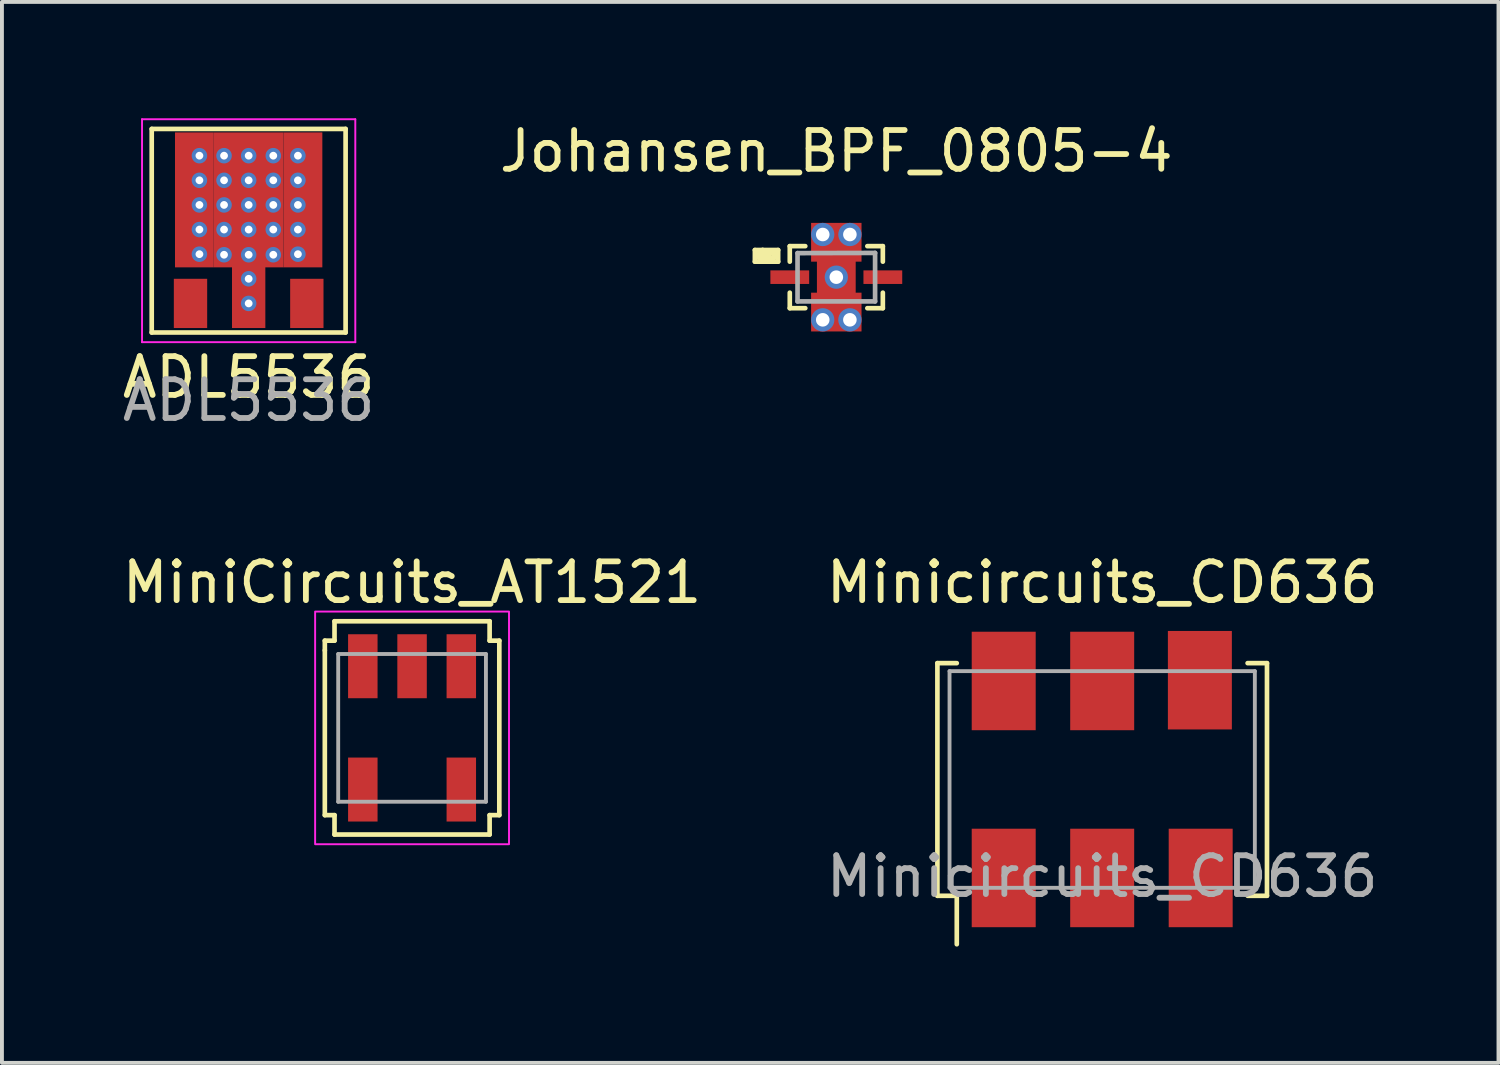
<source format=kicad_pcb>
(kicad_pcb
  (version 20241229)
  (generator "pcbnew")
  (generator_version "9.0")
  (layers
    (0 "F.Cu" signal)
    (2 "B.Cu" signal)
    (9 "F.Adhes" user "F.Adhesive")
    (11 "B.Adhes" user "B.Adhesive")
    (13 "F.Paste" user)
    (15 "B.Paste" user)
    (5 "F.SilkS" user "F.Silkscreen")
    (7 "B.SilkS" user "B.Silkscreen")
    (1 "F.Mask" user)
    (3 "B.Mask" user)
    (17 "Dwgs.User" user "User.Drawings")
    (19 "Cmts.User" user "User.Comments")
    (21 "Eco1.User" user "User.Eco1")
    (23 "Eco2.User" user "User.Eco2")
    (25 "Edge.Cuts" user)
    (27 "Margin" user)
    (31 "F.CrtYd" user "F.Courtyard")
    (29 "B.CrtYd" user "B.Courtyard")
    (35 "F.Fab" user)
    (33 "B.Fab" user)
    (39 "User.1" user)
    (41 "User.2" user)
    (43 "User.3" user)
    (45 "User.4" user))
  (footprint "MiniCircuits_AT1521"
    (layer "F.Cu")
    (at 7.577 15.722)
    (property "Reference" "MiniCircuits_AT1521" (at 0 -3.75 0) (unlocked yes) (layer "F.SilkS") (effects (font (size 1 1) (thickness 0.15))))
    (attr smd)
    (fp_line (start -2.25 -2.25) (end -2 -2.25) (stroke (width 0.12) (type default)) (layer "F.SilkS"))
    (fp_line (start -2.25 -2) (end -2.25 -2.25) (stroke (width 0.12) (type default)) (layer "F.SilkS"))
    (fp_line (start -2.25 2.25) (end -2.25 -2) (stroke (width 0.12) (type default)) (layer "F.SilkS"))
    (fp_line (start -2 -2.75) (end 2 -2.75) (stroke (width 0.12) (type default)) (layer "F.SilkS"))
    (fp_line (start -2 -2.25) (end -2 -2.75) (stroke (width 0.12) (type default)) (layer "F.SilkS"))
    (fp_line (start -2 2.25) (end -2.25 2.25) (stroke (width 0.12) (type default)) (layer "F.SilkS"))
    (fp_line (start -2 2.75) (end -2 2.25) (stroke (width 0.12) (type default)) (layer "F.SilkS"))
    (fp_line (start 2 -2.75) (end 2 -2.25) (stroke (width 0.12) (type default)) (layer "F.SilkS"))
    (fp_line (start 2 -2.25) (end 2.25 -2.25) (stroke (width 0.12) (type default)) (layer "F.SilkS"))
    (fp_line (start 2 2.25) (end 2 2.75) (stroke (width 0.12) (type default)) (layer "F.SilkS"))
    (fp_line (start 2 2.75) (end -2 2.75) (stroke (width 0.12) (type default)) (layer "F.SilkS"))
    (fp_line (start 2.25 -2.25) (end 2.25 2.25) (stroke (width 0.12) (type default)) (layer "F.SilkS"))
    (fp_line (start 2.25 2.25) (end 2 2.25) (stroke (width 0.12) (type default)) (layer "F.SilkS"))
    (fp_rect (start -2.5 -3) (end 2.5 3) (stroke (width 0.05) (type default)) (fill no) (layer "F.CrtYd"))
    (fp_line (start -1.905 -1.905) (end 1.905 -1.905) (stroke (width 0.1) (type default)) (layer "F.Fab"))
    (fp_line (start -1.905 1.905) (end -1.905 -1.905) (stroke (width 0.1) (type default)) (layer "F.Fab"))
    (fp_line (start 1.905 -1.905) (end 1.905 1.905) (stroke (width 0.1) (type default)) (layer "F.Fab"))
    (fp_line (start 1.905 1.905) (end -1.905 1.905) (stroke (width 0.1) (type default)) (layer "F.Fab"))
    (pad "1" smd rect (at -1.27 -1.59) (size 0.76 1.65) (layers "F.Cu" "F.Mask" "F.Paste"))
    (pad "2" smd rect (at 0 -1.59) (size 0.76 1.65) (layers "F.Cu" "F.Mask" "F.Paste"))
    (pad "3" smd rect (at 1.27 -1.59) (size 0.76 1.65) (layers "F.Cu" "F.Mask" "F.Paste"))
    (pad "4" smd rect (at 1.27 1.59) (size 0.76 1.65) (layers "F.Cu" "F.Mask" "F.Paste"))
    (pad "6" smd rect (at -1.27 1.59) (size 0.76 1.65) (layers "F.Cu" "F.Mask" "F.Paste")))
  (footprint "Johansen_BPF_0805-4"
    (layer "F.Cu")
    (at 18.518 4.098)
    (property "Reference" "Johansen_BPF_0805-4" (at 0 -3.25 0) (layer "F.SilkS") (effects (font (size 1 1) (thickness 0.15))))
    (attr through_hole)
    (fp_line (start -2.1 -0.7) (end -1.9 -0.7) (stroke (width 0.12) (type solid)) (layer "F.SilkS"))
    (fp_line (start -2.1 -0.4) (end -2.1 -0.7) (stroke (width 0.12) (type solid)) (layer "F.SilkS"))
    (fp_line (start -2 -0.6) (end -1.7 -0.6) (stroke (width 0.12) (type solid)) (layer "F.SilkS"))
    (fp_line (start -2 -0.5) (end -2 -0.6) (stroke (width 0.12) (type solid)) (layer "F.SilkS"))
    (fp_line (start -1.9 -0.7) (end -1.6 -0.6) (stroke (width 0.12) (type solid)) (layer "F.SilkS"))
    (fp_line (start -1.9 -0.7) (end -1.5 -0.7) (stroke (width 0.12) (type solid)) (layer "F.SilkS"))
    (fp_line (start -1.6 -0.6) (end -1.6 -0.5) (stroke (width 0.12) (type solid)) (layer "F.SilkS"))
    (fp_line (start -1.6 -0.5) (end -2 -0.5) (stroke (width 0.12) (type solid)) (layer "F.SilkS"))
    (fp_line (start -1.5 -0.7) (end -1.5 -0.4) (stroke (width 0.12) (type solid)) (layer "F.SilkS"))
    (fp_line (start -1.5 -0.4) (end -2.1 -0.4) (stroke (width 0.12) (type solid)) (layer "F.SilkS"))
    (fp_line (start -1.2 -0.8) (end -0.8 -0.8) (stroke (width 0.12) (type solid)) (layer "F.SilkS"))
    (fp_line (start -1.2 -0.4) (end -1.2 -0.8) (stroke (width 0.12) (type solid)) (layer "F.SilkS"))
    (fp_line (start -1.2 0.4) (end -1.2 0.8) (stroke (width 0.12) (type solid)) (layer "F.SilkS"))
    (fp_line (start -1.2 0.8) (end -0.8 0.8) (stroke (width 0.12) (type solid)) (layer "F.SilkS"))
    (fp_line (start 0.8 -0.8) (end 1.2 -0.8) (stroke (width 0.12) (type solid)) (layer "F.SilkS"))
    (fp_line (start 0.8 0.8) (end 1.2 0.8) (stroke (width 0.12) (type solid)) (layer "F.SilkS"))
    (fp_line (start 1.2 -0.8) (end 1.2 -0.4) (stroke (width 0.12) (type solid)) (layer "F.SilkS"))
    (fp_line (start 1.2 0.8) (end 1.2 0.4) (stroke (width 0.12) (type solid)) (layer "F.SilkS"))
    (fp_line (start -1 -0.62) (end -1 0.625) (stroke (width 0.12) (type solid)) (layer "F.Fab"))
    (fp_line (start -1 -0.62) (end 1 -0.625) (stroke (width 0.12) (type solid)) (layer "F.Fab"))
    (fp_line (start -1 0.625) (end 1 0.625) (stroke (width 0.12) (type solid)) (layer "F.Fab"))
    (fp_line (start 1 0.625) (end 1 -0.625) (stroke (width 0.12) (type solid)) (layer "F.Fab"))
    (pad "1" thru_hole circle (at -0.35 -1.1) (size 0.6 0.6) (drill 0.35) (layers "*.Cu" "F.Mask"))
    (pad "1" thru_hole circle (at -0.35 1.1) (size 0.6 0.6) (drill 0.35) (layers "*.Cu" "F.Mask"))
    (pad "1" smd rect (at 0 -0.9) (size 1.3 1) (layers "F.Cu" "F.Mask" "F.Paste"))
    (pad "1" thru_hole circle (at 0 0) (size 0.6 0.6) (drill 0.35) (layers "*.Cu"))
    (pad "1" smd rect (at 0 0) (size 1 1) (layers "F.Cu"))
    (pad "1" smd rect (at 0 0.9) (size 1.3 1) (layers "F.Cu" "F.Mask" "F.Paste"))
    (pad "1" thru_hole circle (at 0.35 -1.1) (size 0.6 0.6) (drill 0.35) (layers "*.Cu" "F.Mask"))
    (pad "1" thru_hole circle (at 0.35 1.1) (size 0.6 0.6) (drill 0.35) (layers "*.Cu" "F.Mask"))
    (pad "2" smd rect (at 1.2 0) (size 1 0.35) (layers "F.Cu" "F.Mask" "F.Paste"))
    (pad "4" smd rect (at -1.2 0) (size 1 0.35) (layers "F.Cu" "F.Mask" "F.Paste")))
  (footprint "Minicircuits_CD636"
    (layer "F.Cu")
    (at 25.375 17.052)
    (property "Reference" "Minicircuits_CD636" (at 0 -5.08 0) (unlocked yes) (layer "F.SilkS") (effects (font (size 1 1) (thickness 0.15))))
    (attr smd)
    (fp_line (start -4.25 -3) (end -4.25 3) (stroke (width 0.12) (type solid)) (layer "F.SilkS"))
    (fp_line (start -4.25 3) (end -3.75 3) (stroke (width 0.12) (type solid)) (layer "F.SilkS"))
    (fp_line (start -3.75 -3) (end -4.25 -3) (stroke (width 0.12) (type solid)) (layer "F.SilkS"))
    (fp_line (start -3.75 3) (end -3.75 4.25) (stroke (width 0.12) (type solid)) (layer "F.SilkS"))
    (fp_line (start 3.75 -3) (end 4.25 -3) (stroke (width 0.12) (type solid)) (layer "F.SilkS"))
    (fp_line (start 4.25 -3) (end 4.25 3) (stroke (width 0.12) (type solid)) (layer "F.SilkS"))
    (fp_line (start 4.25 3) (end 3.75 3) (stroke (width 0.12) (type solid)) (layer "F.SilkS"))
    (fp_line (start -3.937 -2.794) (end 3.937 -2.794) (stroke (width 0.1) (type solid)) (layer "F.Fab"))
    (fp_line (start -3.937 2.794) (end -3.937 -2.794) (stroke (width 0.1) (type solid)) (layer "F.Fab"))
    (fp_line (start 3.937 -2.794) (end 3.937 2.794) (stroke (width 0.1) (type solid)) (layer "F.Fab"))
    (fp_line (start 3.937 2.794) (end -3.937 2.794) (stroke (width 0.1) (type solid)) (layer "F.Fab"))
    (fp_text user "${REFERENCE}" (at 0 2.5 0) (unlocked yes) (layer "F.Fab") (effects (font (size 1 1) (thickness 0.15))))
    (pad "1" smd rect (at -2.54 2.54) (size 1.65 2.54) (layers "F.Cu" "F.Mask" "F.Paste"))
    (pad "2" smd rect (at 0 2.54) (size 1.65 2.54) (layers "F.Cu" "F.Mask" "F.Paste"))
    (pad "3" smd rect (at 2.54 2.54) (size 1.65 2.54) (layers "F.Cu" "F.Mask" "F.Paste"))
    (pad "4" smd rect (at 2.519 -2.56) (size 1.65 2.54) (layers "F.Cu" "F.Mask" "F.Paste"))
    (pad "5" smd rect (at 0 -2.54) (size 1.65 2.54) (layers "F.Cu" "F.Mask" "F.Paste"))
    (pad "6" smd rect (at -2.54 -2.54) (size 1.65 2.54) (layers "F.Cu" "F.Mask" "F.Paste")))
  (footprint "ADL5536"
    (layer "F.Cu")
    (at 3.363 4.775)
    (property "Reference" "ADL5536" (at 0 1.905 0) (unlocked yes) (layer "F.SilkS") (effects (font (size 1 1) (thickness 0.15))))
    (attr smd)
    (fp_line (start -2.5 -4.5) (end 2.5 -4.5) (stroke (width 0.12) (type solid)) (layer "F.SilkS"))
    (fp_line (start -2.5 0.75) (end -2.5 -4.5) (stroke (width 0.12) (type solid)) (layer "F.SilkS"))
    (fp_line (start 2.5 -4.5) (end 2.5 0.75) (stroke (width 0.12) (type solid)) (layer "F.SilkS"))
    (fp_line (start 2.5 0.75) (end -2.5 0.75) (stroke (width 0.12) (type solid)) (layer "F.SilkS"))
    (fp_line (start -2.75 -4.75) (end 2.75 -4.75) (stroke (width 0.05) (type solid)) (layer "F.CrtYd"))
    (fp_line (start -2.75 1) (end -2.75 -4.75) (stroke (width 0.05) (type solid)) (layer "F.CrtYd"))
    (fp_line (start 2.75 -4.75) (end 2.75 1) (stroke (width 0.05) (type solid)) (layer "F.CrtYd"))
    (fp_line (start 2.75 1) (end -2.75 1) (stroke (width 0.05) (type solid)) (layer "F.CrtYd"))
    (fp_text user "${REFERENCE}" (at 0 2.5 0) (unlocked yes) (layer "F.Fab") (effects (font (size 1 1) (thickness 0.15))))
    (pad "1" smd rect (at -1.5 0) (size 0.86 1.27) (layers "F.Cu" "F.Mask" "F.Paste"))
    (pad "2" smd rect (at -1.4 -2.67) (size 1 3.48) (layers "F.Cu"))
    (pad "2" thru_hole circle (at -1.27 -3.81) (size 0.4 0.4) (drill 0.2) (layers "*.Cu"))
    (pad "2" thru_hole circle (at -1.27 -3.175) (size 0.4 0.4) (drill 0.2) (layers "*.Cu"))
    (pad "2" thru_hole circle (at -1.27 -2.54) (size 0.4 0.4) (drill 0.2) (layers "*.Cu"))
    (pad "2" thru_hole circle (at -1.27 -1.905) (size 0.4 0.4) (drill 0.2) (layers "*.Cu"))
    (pad "2" thru_hole circle (at -1.27 -1.27) (size 0.4 0.4) (drill 0.2) (layers "*.Cu"))
    (pad "2" thru_hole circle (at -0.635 -3.81) (size 0.4 0.4) (drill 0.2) (layers "*.Cu" "F.Mask"))
    (pad "2" thru_hole circle (at -0.635 -3.175) (size 0.4 0.4) (drill 0.2) (layers "*.Cu" "F.Mask"))
    (pad "2" thru_hole circle (at -0.635 -2.54) (size 0.4 0.4) (drill 0.2) (layers "*.Cu" "F.Mask"))
    (pad "2" thru_hole circle (at -0.635 -1.905) (size 0.4 0.4) (drill 0.2) (layers "*.Cu" "F.Mask"))
    (pad "2" thru_hole circle (at -0.635 -1.255) (size 0.4 0.4) (drill 0.2) (layers "*.Cu" "F.Mask"))
    (pad "2" thru_hole circle (at 0 -3.81) (size 0.4 0.4) (drill 0.2) (layers "*.Cu" "F.Mask"))
    (pad "2" thru_hole circle (at 0 -3.175) (size 0.4 0.4) (drill 0.2) (layers "*.Cu" "F.Mask"))
    (pad "2" smd rect (at 0 -2.67) (size 1.8 3.48) (layers "F.Cu" "F.Mask" "F.Paste"))
    (pad "2" thru_hole circle (at 0 -2.54) (size 0.4 0.4) (drill 0.2) (layers "*.Cu" "F.Mask"))
    (pad "2" thru_hole circle (at 0 -1.905) (size 0.4 0.4) (drill 0.2) (layers "*.Cu" "F.Mask"))
    (pad "2" thru_hole circle (at 0 -1.255) (size 0.4 0.4) (drill 0.2) (layers "*.Cu" "F.Mask"))
    (pad "2" thru_hole circle (at 0 -0.635) (size 0.4 0.4) (drill 0.2) (layers "*.Cu" "F.Mask"))
    (pad "2" smd rect (at 0 -0.31) (size 0.86 1.89) (layers "F.Cu" "F.Mask" "F.Paste"))
    (pad "2" thru_hole circle (at 0 0) (size 0.4 0.4) (drill 0.2) (layers "*.Cu" "F.Mask"))
    (pad "2" thru_hole circle (at 0.635 -3.81) (size 0.4 0.4) (drill 0.2) (layers "*.Cu" "F.Mask"))
    (pad "2" thru_hole circle (at 0.635 -3.175) (size 0.4 0.4) (drill 0.2) (layers "*.Cu" "F.Mask"))
    (pad "2" thru_hole circle (at 0.635 -2.54) (size 0.4 0.4) (drill 0.2) (layers "*.Cu" "F.Mask"))
    (pad "2" thru_hole circle (at 0.635 -1.905) (size 0.4 0.4) (drill 0.2) (layers "*.Cu" "F.Mask"))
    (pad "2" thru_hole circle (at 0.635 -1.255) (size 0.4 0.4) (drill 0.2) (layers "*.Cu" "F.Mask"))
    (pad "2" thru_hole circle (at 1.27 -3.81) (size 0.4 0.4) (drill 0.2) (layers "*.Cu"))
    (pad "2" thru_hole circle (at 1.27 -3.175) (size 0.4 0.4) (drill 0.2) (layers "*.Cu"))
    (pad "2" thru_hole circle (at 1.27 -2.54) (size 0.4 0.4) (drill 0.2) (layers "*.Cu"))
    (pad "2" thru_hole circle (at 1.27 -1.905) (size 0.4 0.4) (drill 0.2) (layers "*.Cu"))
    (pad "2" thru_hole circle (at 1.27 -1.27) (size 0.4 0.4) (drill 0.2) (layers "*.Cu"))
    (pad "2" smd rect (at 1.4 -2.67) (size 1 3.48) (layers "F.Cu"))
    (pad "3" smd rect (at 1.5 0) (size 0.86 1.27) (layers "F.Cu" "F.Mask" "F.Paste")))
  (gr_rect
    (start -3 -3)
    (end 35.595 24.361)
    (stroke (width 0.1) (type default))
    (fill no)
    (layer "Edge.Cuts")))
</source>
